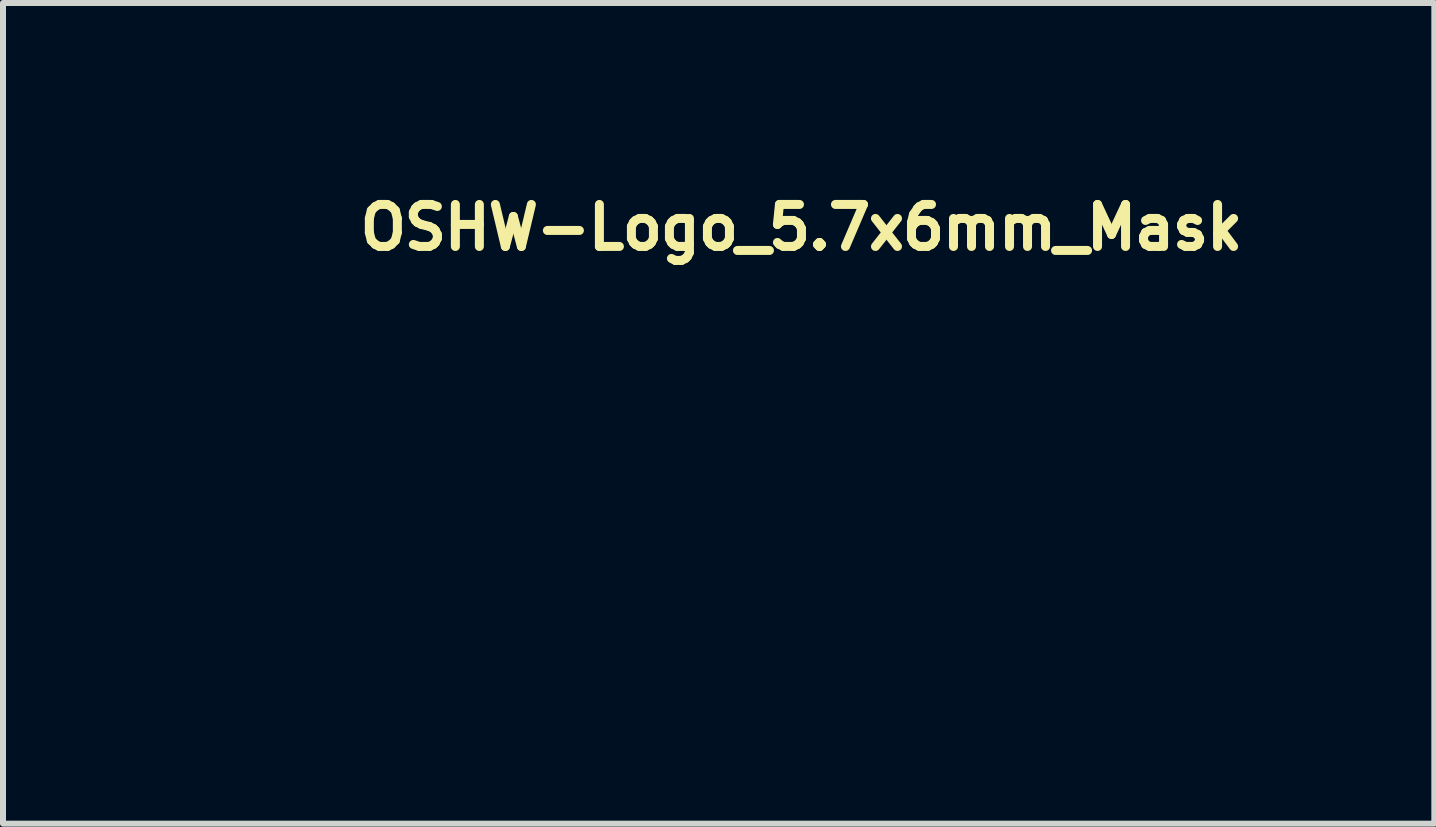
<source format=kicad_pcb>
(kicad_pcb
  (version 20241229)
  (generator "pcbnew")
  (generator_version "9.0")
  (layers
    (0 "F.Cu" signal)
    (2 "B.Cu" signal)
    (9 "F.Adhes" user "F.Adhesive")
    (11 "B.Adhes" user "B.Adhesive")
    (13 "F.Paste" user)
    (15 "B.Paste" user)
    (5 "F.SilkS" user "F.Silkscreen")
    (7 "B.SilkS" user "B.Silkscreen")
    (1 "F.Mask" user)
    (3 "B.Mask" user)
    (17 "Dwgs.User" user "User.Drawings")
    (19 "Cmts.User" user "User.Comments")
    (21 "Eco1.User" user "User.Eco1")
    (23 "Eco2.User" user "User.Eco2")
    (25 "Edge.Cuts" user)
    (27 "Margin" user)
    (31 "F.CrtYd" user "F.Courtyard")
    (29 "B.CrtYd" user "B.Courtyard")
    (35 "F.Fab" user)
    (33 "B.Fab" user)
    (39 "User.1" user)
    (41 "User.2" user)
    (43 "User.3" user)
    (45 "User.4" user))
  (footprint "OSHW-Logo_5.7x6mm_Mask"
    (layer "F.Cu")
    (at 2.872 4.65)
    (property "Reference" "OSHW-Logo_5.7x6mm_Mask" (at 0 -3.5 0) (layer "F.SilkS") (effects (font (size 0.7 0.7) (thickness 0.15)) (justify left bottom)))
    (attr exclude_from_pos_files exclude_from_bom)
    (fp_poly (pts (xy 1.799 1.458) (xy 1.842 1.471) (xy 1.87 1.487) (xy 1.879 1.501) (xy 1.877 1.516) (xy 1.86 1.541) (xy 1.847 1.558) (xy 1.818 1.59) (xy 1.797 1.603) (xy 1.779 1.602) (xy 1.726 1.589) (xy 1.686 1.589) (xy 1.654 1.605) (xy 1.643 1.614) (xy 1.609 1.646) (xy 1.609 2.062) (xy 1.471 2.062) (xy 1.471 1.458) (xy 1.54 1.458) (xy 1.581 1.46) (xy 1.603 1.466) (xy 1.609 1.477) (xy 1.612 1.489) (xy 1.625 1.488) (xy 1.644 1.479) (xy 1.682 1.463) (xy 1.712 1.453) (xy 1.752 1.451) (xy 1.799 1.458)) (stroke (width 0.01) (type solid)) (fill yes) (layer "F.Mask"))
    (fp_poly (pts (xy 1.635 2.401) (xy 1.683 2.411) (xy 1.711 2.425) (xy 1.74 2.448) (xy 1.698 2.5) (xy 1.673 2.532) (xy 1.656 2.547) (xy 1.639 2.549) (xy 1.614 2.542) (xy 1.602 2.537) (xy 1.554 2.531) (xy 1.51 2.545) (xy 1.478 2.575) (xy 1.472 2.585) (xy 1.467 2.611) (xy 1.462 2.658) (xy 1.459 2.724) (xy 1.458 2.805) (xy 1.458 2.817) (xy 1.458 3.017) (xy 1.32 3.017) (xy 1.32 2.401) (xy 1.389 2.401) (xy 1.429 2.402) (xy 1.45 2.407) (xy 1.457 2.417) (xy 1.458 2.427) (xy 1.458 2.453) (xy 1.491 2.427) (xy 1.529 2.409) (xy 1.58 2.401) (xy 1.635 2.401)) (stroke (width 0.01) (type solid)) (fill yes) (layer "F.Mask"))
    (fp_poly (pts (xy -0.994 2.403) (xy -0.975 2.408) (xy -0.969 2.421) (xy -0.969 2.426) (xy -0.968 2.442) (xy -0.96 2.444) (xy -0.94 2.433) (xy -0.928 2.426) (xy -0.89 2.411) (xy -0.845 2.403) (xy -0.797 2.402) (xy -0.752 2.408) (xy -0.716 2.419) (xy -0.693 2.436) (xy -0.688 2.456) (xy -0.691 2.461) (xy -0.708 2.484) (xy -0.733 2.512) (xy -0.738 2.517) (xy -0.763 2.538) (xy -0.784 2.544) (xy -0.814 2.54) (xy -0.826 2.536) (xy -0.863 2.529) (xy -0.889 2.532) (xy -0.911 2.544) (xy -0.932 2.56) (xy -0.947 2.58) (xy -0.957 2.608) (xy -0.964 2.648) (xy -0.967 2.703) (xy -0.969 2.778) (xy -0.969 2.823) (xy -0.969 3.017) (xy -1.094 3.017) (xy -1.094 2.401) (xy -1.032 2.401) (xy -0.994 2.403)) (stroke (width 0.01) (type solid)) (fill yes) (layer "F.Mask"))
    (fp_poly (pts (xy 0.993 1.654) (xy 0.994 1.746) (xy 0.998 1.816) (xy 1.007 1.867) (xy 1.021 1.901) (xy 1.042 1.922) (xy 1.071 1.933) (xy 1.106 1.935) (xy 1.143 1.932) (xy 1.171 1.921) (xy 1.192 1.9) (xy 1.206 1.865) (xy 1.214 1.813) (xy 1.218 1.742) (xy 1.219 1.654) (xy 1.219 1.458) (xy 1.358 1.458) (xy 1.358 2.062) (xy 1.288 2.062) (xy 1.247 2.06) (xy 1.225 2.054) (xy 1.219 2.043) (xy 1.216 2.033) (xy 1.201 2.035) (xy 1.172 2.049) (xy 1.106 2.071) (xy 1.035 2.069) (xy 0.968 2.046) (xy 0.936 2.027) (xy 0.911 2.007) (xy 0.893 1.981) (xy 0.881 1.947) (xy 0.873 1.901) (xy 0.869 1.839) (xy 0.867 1.757) (xy 0.867 1.694) (xy 0.867 1.458) (xy 0.993 1.458) (xy 0.993 1.654)) (stroke (width 0.01) (type solid)) (fill yes) (layer "F.Mask"))
    (fp_poly (pts (xy -0.755 1.469) (xy -0.723 1.483) (xy -0.693 1.505) (xy -0.67 1.53) (xy -0.653 1.562) (xy -0.642 1.604) (xy -0.634 1.66) (xy -0.631 1.734) (xy -0.63 1.829) (xy -0.629 1.838) (xy -0.629 2.062) (xy -0.768 2.062) (xy -0.768 1.856) (xy -0.768 1.78) (xy -0.768 1.724) (xy -0.77 1.686) (xy -0.774 1.66) (xy -0.78 1.643) (xy -0.788 1.63) (xy -0.801 1.617) (xy -0.844 1.589) (xy -0.89 1.584) (xy -0.935 1.602) (xy -0.95 1.615) (xy -0.962 1.627) (xy -0.97 1.64) (xy -0.975 1.658) (xy -0.979 1.685) (xy -0.981 1.726) (xy -0.981 1.783) (xy -0.981 1.854) (xy -0.981 2.062) (xy -1.12 2.062) (xy -1.12 1.458) (xy -1.05 1.458) (xy -1.009 1.46) (xy -0.988 1.466) (xy -0.981 1.477) (xy -0.978 1.488) (xy -0.966 1.487) (xy -0.94 1.475) (xy -0.883 1.457) (xy -0.818 1.455) (xy -0.755 1.469)) (stroke (width 0.01) (type solid)) (fill yes) (layer "F.Mask"))
    (fp_poly (pts (xy 2.217 1.463) (xy 2.29 1.494) (xy 2.313 1.509) (xy 2.342 1.533) (xy 2.36 1.551) (xy 2.363 1.557) (xy 2.354 1.57) (xy 2.331 1.592) (xy 2.313 1.608) (xy 2.262 1.648) (xy 2.222 1.615) (xy 2.191 1.593) (xy 2.161 1.586) (xy 2.127 1.587) (xy 2.072 1.601) (xy 2.034 1.629) (xy 2.011 1.675) (xy 2.001 1.741) (xy 2.002 1.814) (xy 2.016 1.868) (xy 2.044 1.905) (xy 2.063 1.918) (xy 2.113 1.933) (xy 2.167 1.933) (xy 2.214 1.918) (xy 2.225 1.911) (xy 2.253 1.892) (xy 2.275 1.889) (xy 2.298 1.903) (xy 2.324 1.928) (xy 2.365 1.97) (xy 2.32 2.008) (xy 2.249 2.05) (xy 2.17 2.071) (xy 2.087 2.07) (xy 2.032 2.056) (xy 1.968 2.022) (xy 1.918 1.968) (xy 1.894 1.93) (xy 1.876 1.875) (xy 1.866 1.806) (xy 1.866 1.731) (xy 1.875 1.659) (xy 1.894 1.599) (xy 1.897 1.592) (xy 1.939 1.532) (xy 1.997 1.488) (xy 2.066 1.461) (xy 2.141 1.453) (xy 2.217 1.463)) (stroke (width 0.01) (type solid)) (fill yes) (layer "F.Mask"))
    (fp_poly (pts (xy 0.61 1.466) (xy 0.674 1.5) (xy 0.724 1.555) (xy 0.747 1.599) (xy 0.757 1.639) (xy 0.764 1.695) (xy 0.766 1.759) (xy 0.765 1.824) (xy 0.76 1.881) (xy 0.754 1.911) (xy 0.734 1.953) (xy 0.698 1.997) (xy 0.655 2.036) (xy 0.613 2.061) (xy 0.612 2.061) (xy 0.559 2.072) (xy 0.497 2.072) (xy 0.437 2.062) (xy 0.415 2.054) (xy 0.356 2.021) (xy 0.313 1.977) (xy 0.286 1.919) (xy 0.27 1.843) (xy 0.267 1.803) (xy 0.267 1.753) (xy 0.402 1.753) (xy 0.406 1.826) (xy 0.419 1.882) (xy 0.44 1.917) (xy 0.455 1.928) (xy 0.493 1.935) (xy 0.538 1.933) (xy 0.577 1.922) (xy 0.587 1.917) (xy 0.614 1.884) (xy 0.632 1.834) (xy 0.64 1.773) (xy 0.636 1.708) (xy 0.628 1.669) (xy 0.604 1.623) (xy 0.566 1.595) (xy 0.521 1.585) (xy 0.475 1.595) (xy 0.439 1.621) (xy 0.42 1.641) (xy 0.409 1.662) (xy 0.404 1.69) (xy 0.402 1.732) (xy 0.402 1.753) (xy 0.267 1.753) (xy 0.268 1.697) (xy 0.285 1.61) (xy 0.319 1.542) (xy 0.369 1.493) (xy 0.435 1.463) (xy 0.449 1.46) (xy 0.535 1.452) (xy 0.61 1.466)) (stroke (width 0.01) (type solid)) (fill yes) (layer "F.Mask"))
    (fp_poly (pts (xy 0.281 2.404) (xy 0.331 2.407) (xy 0.461 2.797) (xy 0.481 2.728) (xy 0.493 2.685) (xy 0.51 2.628) (xy 0.527 2.564) (xy 0.536 2.53) (xy 0.571 2.401) (xy 0.714 2.401) (xy 0.671 2.536) (xy 0.65 2.603) (xy 0.625 2.683) (xy 0.598 2.767) (xy 0.574 2.841) (xy 0.52 3.011) (xy 0.462 3.015) (xy 0.404 3.019) (xy 0.372 2.914) (xy 0.353 2.849) (xy 0.331 2.778) (xy 0.313 2.715) (xy 0.312 2.712) (xy 0.298 2.669) (xy 0.286 2.64) (xy 0.277 2.629) (xy 0.276 2.631) (xy 0.269 2.648) (xy 0.258 2.684) (xy 0.242 2.736) (xy 0.223 2.798) (xy 0.213 2.832) (xy 0.159 3.017) (xy 0.043 3.017) (xy -0.05 2.725) (xy -0.076 2.643) (xy -0.099 2.568) (xy -0.12 2.505) (xy -0.135 2.456) (xy -0.145 2.425) (xy -0.148 2.416) (xy -0.146 2.407) (xy -0.127 2.403) (xy -0.088 2.403) (xy -0.082 2.404) (xy -0.008 2.407) (xy 0.039 2.584) (xy 0.057 2.648) (xy 0.073 2.704) (xy 0.085 2.748) (xy 0.093 2.774) (xy 0.095 2.778) (xy 0.101 2.773) (xy 0.113 2.748) (xy 0.129 2.705) (xy 0.15 2.649) (xy 0.167 2.599) (xy 0.231 2.4) (xy 0.281 2.404)) (stroke (width 0.01) (type solid)) (fill yes) (layer "F.Mask"))
    (fp_poly (pts (xy -2.539 1.465) (xy -2.473 1.494) (xy -2.423 1.542) (xy -2.389 1.61) (xy -2.37 1.698) (xy -2.369 1.712) (xy -2.368 1.808) (xy -2.381 1.893) (xy -2.409 1.962) (xy -2.423 1.984) (xy -2.474 2.031) (xy -2.538 2.061) (xy -2.61 2.073) (xy -2.684 2.067) (xy -2.74 2.047) (xy -2.788 2.014) (xy -2.827 1.971) (xy -2.828 1.97) (xy -2.844 1.943) (xy -2.854 1.916) (xy -2.86 1.882) (xy -2.864 1.834) (xy -2.865 1.794) (xy -2.866 1.759) (xy -2.74 1.759) (xy -2.739 1.794) (xy -2.735 1.842) (xy -2.727 1.872) (xy -2.713 1.894) (xy -2.699 1.906) (xy -2.652 1.933) (xy -2.603 1.936) (xy -2.557 1.917) (xy -2.534 1.896) (xy -2.518 1.874) (xy -2.508 1.854) (xy -2.504 1.827) (xy -2.503 1.787) (xy -2.505 1.75) (xy -2.508 1.697) (xy -2.512 1.663) (xy -2.52 1.641) (xy -2.534 1.624) (xy -2.544 1.614) (xy -2.589 1.589) (xy -2.638 1.587) (xy -2.678 1.602) (xy -2.713 1.634) (xy -2.734 1.686) (xy -2.74 1.759) (xy -2.866 1.759) (xy -2.867 1.716) (xy -2.864 1.658) (xy -2.857 1.614) (xy -2.843 1.579) (xy -2.822 1.548) (xy -2.815 1.539) (xy -2.766 1.494) (xy -2.715 1.467) (xy -2.651 1.456) (xy -2.62 1.455) (xy -2.539 1.465)) (stroke (width 0.01) (type solid)) (fill yes) (layer "F.Mask"))
    (fp_poly (pts (xy -0.202 3.017) (xy -0.271 3.017) (xy -0.311 3.016) (xy -0.332 3.011) (xy -0.339 3.001) (xy -0.34 2.994) (xy -0.341 2.979) (xy -0.349 2.976) (xy -0.37 2.985) (xy -0.387 2.994) (xy -0.449 3.013) (xy -0.518 3.014) (xy -0.573 3) (xy -0.625 2.964) (xy -0.664 2.912) (xy -0.686 2.851) (xy -0.686 2.848) (xy -0.69 2.81) (xy -0.691 2.756) (xy -0.691 2.716) (xy -0.554 2.716) (xy -0.551 2.77) (xy -0.543 2.814) (xy -0.534 2.839) (xy -0.496 2.874) (xy -0.452 2.886) (xy -0.407 2.876) (xy -0.368 2.846) (xy -0.354 2.826) (xy -0.345 2.803) (xy -0.341 2.768) (xy -0.34 2.715) (xy -0.342 2.664) (xy -0.346 2.618) (xy -0.353 2.588) (xy -0.354 2.585) (xy -0.381 2.552) (xy -0.42 2.535) (xy -0.464 2.532) (xy -0.505 2.544) (xy -0.535 2.572) (xy -0.538 2.578) (xy -0.547 2.612) (xy -0.553 2.66) (xy -0.554 2.716) (xy -0.691 2.716) (xy -0.691 2.695) (xy -0.69 2.662) (xy -0.684 2.58) (xy -0.671 2.519) (xy -0.65 2.474) (xy -0.618 2.44) (xy -0.588 2.421) (xy -0.545 2.407) (xy -0.492 2.402) (xy -0.437 2.406) (xy -0.39 2.418) (xy -0.366 2.432) (xy -0.34 2.455) (xy -0.34 2.162) (xy -0.202 2.162) (xy -0.202 3.017)) (stroke (width 0.01) (type solid)) (fill yes) (layer "F.Mask"))
    (fp_poly (pts (xy 2.677 1.456) (xy 2.71 1.464) (xy 2.771 1.492) (xy 2.824 1.536) (xy 2.861 1.589) (xy 2.866 1.6) (xy 2.873 1.631) (xy 2.877 1.677) (xy 2.879 1.723) (xy 2.879 1.81) (xy 2.697 1.81) (xy 2.621 1.81) (xy 2.569 1.812) (xy 2.535 1.817) (xy 2.518 1.825) (xy 2.514 1.839) (xy 2.52 1.86) (xy 2.532 1.884) (xy 2.566 1.924) (xy 2.612 1.944) (xy 2.668 1.943) (xy 2.733 1.922) (xy 2.788 1.895) (xy 2.834 1.931) (xy 2.88 1.967) (xy 2.837 2.007) (xy 2.779 2.045) (xy 2.708 2.068) (xy 2.632 2.074) (xy 2.558 2.063) (xy 2.546 2.059) (xy 2.481 2.025) (xy 2.433 1.974) (xy 2.4 1.906) (xy 2.382 1.818) (xy 2.382 1.816) (xy 2.38 1.719) (xy 2.387 1.685) (xy 2.514 1.685) (xy 2.526 1.69) (xy 2.558 1.694) (xy 2.605 1.697) (xy 2.635 1.697) (xy 2.69 1.697) (xy 2.725 1.695) (xy 2.743 1.692) (xy 2.749 1.685) (xy 2.748 1.673) (xy 2.746 1.669) (xy 2.724 1.627) (xy 2.689 1.593) (xy 2.657 1.578) (xy 2.616 1.579) (xy 2.574 1.598) (xy 2.539 1.628) (xy 2.517 1.666) (xy 2.514 1.685) (xy 2.387 1.685) (xy 2.396 1.635) (xy 2.428 1.564) (xy 2.474 1.508) (xy 2.532 1.471) (xy 2.601 1.452) (xy 2.677 1.456)) (stroke (width 0.01) (type solid)) (fill yes) (layer "F.Mask"))
    (fp_poly (pts (xy 0.014 1.456) (xy 0.061 1.465) (xy 0.111 1.484) (xy 0.116 1.486) (xy 0.153 1.506) (xy 0.179 1.524) (xy 0.188 1.536) (xy 0.18 1.555) (xy 0.16 1.583) (xy 0.152 1.594) (xy 0.116 1.635) (xy 0.07 1.608) (xy 0.027 1.59) (xy -0.023 1.581) (xy -0.072 1.58) (xy -0.109 1.589) (xy -0.118 1.595) (xy -0.135 1.621) (xy -0.137 1.65) (xy -0.124 1.674) (xy -0.117 1.678) (xy -0.094 1.684) (xy -0.054 1.69) (xy -0.005 1.697) (xy 0.004 1.698) (xy 0.082 1.711) (xy 0.14 1.734) (xy 0.178 1.769) (xy 0.199 1.818) (xy 0.205 1.877) (xy 0.196 1.945) (xy 0.167 1.998) (xy 0.117 2.036) (xy 0.046 2.061) (xy -0.032 2.07) (xy -0.096 2.07) (xy -0.147 2.061) (xy -0.183 2.049) (xy -0.227 2.028) (xy -0.269 2.004) (xy -0.283 1.993) (xy -0.321 1.963) (xy -0.276 1.917) (xy -0.23 1.871) (xy -0.178 1.905) (xy -0.127 1.93) (xy -0.071 1.944) (xy -0.018 1.945) (xy 0.028 1.935) (xy 0.06 1.913) (xy 0.07 1.894) (xy 0.068 1.865) (xy 0.043 1.842) (xy -0.007 1.826) (xy -0.061 1.819) (xy -0.145 1.805) (xy -0.207 1.779) (xy -0.249 1.74) (xy -0.271 1.687) (xy -0.274 1.625) (xy -0.259 1.559) (xy -0.225 1.51) (xy -0.172 1.476) (xy -0.099 1.458) (xy -0.046 1.454) (xy 0.014 1.456)) (stroke (width 0.01) (type solid)) (fill yes) (layer "F.Mask"))
    (fp_poly (pts (xy 2.032 2.404) (xy 2.092 2.42) (xy 2.143 2.452) (xy 2.167 2.476) (xy 2.207 2.533) (xy 2.23 2.599) (xy 2.238 2.681) (xy 2.238 2.687) (xy 2.238 2.753) (xy 1.858 2.753) (xy 1.866 2.788) (xy 1.88 2.819) (xy 1.906 2.852) (xy 1.911 2.857) (xy 1.957 2.885) (xy 2.01 2.89) (xy 2.07 2.871) (xy 2.081 2.866) (xy 2.112 2.851) (xy 2.133 2.843) (xy 2.137 2.842) (xy 2.149 2.85) (xy 2.174 2.869) (xy 2.186 2.879) (xy 2.212 2.903) (xy 2.22 2.919) (xy 2.215 2.933) (xy 2.211 2.937) (xy 2.19 2.954) (xy 2.155 2.975) (xy 2.131 2.988) (xy 2.062 3.009) (xy 1.985 3.016) (xy 1.912 3.008) (xy 1.892 3.002) (xy 1.829 2.968) (xy 1.782 2.917) (xy 1.752 2.846) (xy 1.737 2.756) (xy 1.735 2.709) (xy 1.74 2.641) (xy 1.86 2.641) (xy 1.872 2.646) (xy 1.903 2.65) (xy 1.949 2.652) (xy 1.98 2.653) (xy 2.035 2.652) (xy 2.071 2.65) (xy 2.09 2.646) (xy 2.098 2.639) (xy 2.099 2.628) (xy 2.089 2.594) (xy 2.061 2.56) (xy 2.026 2.535) (xy 1.99 2.524) (xy 1.942 2.534) (xy 1.9 2.561) (xy 1.87 2.599) (xy 1.86 2.641) (xy 1.74 2.641) (xy 1.742 2.61) (xy 1.764 2.53) (xy 1.8 2.471) (xy 1.852 2.43) (xy 1.919 2.408) (xy 1.956 2.403) (xy 2.032 2.404)) (stroke (width 0.01) (type solid)) (fill yes) (layer "F.Mask"))
    (fp_poly (pts (xy -1.357 1.472) (xy -1.345 1.478) (xy -1.301 1.51) (xy -1.26 1.556) (xy -1.23 1.607) (xy -1.221 1.631) (xy -1.213 1.673) (xy -1.208 1.723) (xy -1.208 1.744) (xy -1.208 1.81) (xy -1.588 1.81) (xy -1.579 1.845) (xy -1.56 1.886) (xy -1.525 1.921) (xy -1.483 1.944) (xy -1.457 1.949) (xy -1.421 1.943) (xy -1.379 1.928) (xy -1.364 1.922) (xy -1.311 1.895) (xy -1.265 1.93) (xy -1.239 1.953) (xy -1.225 1.973) (xy -1.224 1.979) (xy -1.236 1.992) (xy -1.264 2.014) (xy -1.289 2.03) (xy -1.356 2.059) (xy -1.432 2.073) (xy -1.506 2.069) (xy -1.566 2.051) (xy -1.627 2.012) (xy -1.671 1.961) (xy -1.698 1.895) (xy -1.711 1.811) (xy -1.712 1.772) (xy -1.708 1.684) (xy -1.707 1.682) (xy -1.581 1.682) (xy -1.578 1.69) (xy -1.563 1.695) (xy -1.534 1.697) (xy -1.485 1.697) (xy -1.466 1.697) (xy -1.409 1.696) (xy -1.373 1.694) (xy -1.353 1.689) (xy -1.346 1.681) (xy -1.346 1.678) (xy -1.354 1.658) (xy -1.374 1.629) (xy -1.382 1.619) (xy -1.414 1.591) (xy -1.446 1.58) (xy -1.464 1.579) (xy -1.512 1.59) (xy -1.552 1.622) (xy -1.578 1.667) (xy -1.578 1.669) (xy -1.581 1.682) (xy -1.707 1.682) (xy -1.693 1.615) (xy -1.667 1.56) (xy -1.634 1.52) (xy -1.575 1.477) (xy -1.505 1.455) (xy -1.43 1.453) (xy -1.357 1.472)) (stroke (width 0.01) (type solid)) (fill yes) (layer "F.Mask"))
    (fp_poly (pts (xy 1.038 2.405) (xy 1.091 2.418) (xy 1.106 2.425) (xy 1.136 2.442) (xy 1.159 2.463) (xy 1.176 2.488) (xy 1.187 2.524) (xy 1.195 2.571) (xy 1.2 2.635) (xy 1.203 2.719) (xy 1.204 2.775) (xy 1.209 3.017) (xy 1.138 3.017) (xy 1.096 3.016) (xy 1.074 3.009) (xy 1.068 2.999) (xy 1.065 2.988) (xy 1.052 2.99) (xy 1.034 2.999) (xy 0.988 3.013) (xy 0.93 3.016) (xy 0.868 3.01) (xy 0.813 2.995) (xy 0.808 2.993) (xy 0.758 2.958) (xy 0.725 2.909) (xy 0.71 2.852) (xy 0.711 2.831) (xy 0.835 2.831) (xy 0.846 2.859) (xy 0.878 2.879) (xy 0.93 2.889) (xy 0.958 2.891) (xy 1.005 2.887) (xy 1.036 2.873) (xy 1.043 2.866) (xy 1.064 2.83) (xy 1.068 2.797) (xy 1.068 2.753) (xy 1.007 2.753) (xy 0.936 2.757) (xy 0.886 2.768) (xy 0.854 2.788) (xy 0.847 2.797) (xy 0.835 2.831) (xy 0.711 2.831) (xy 0.713 2.792) (xy 0.736 2.735) (xy 0.767 2.696) (xy 0.786 2.679) (xy 0.804 2.668) (xy 0.828 2.662) (xy 0.863 2.658) (xy 0.916 2.655) (xy 0.937 2.655) (xy 1.068 2.65) (xy 1.068 2.611) (xy 1.063 2.569) (xy 1.045 2.544) (xy 1.008 2.528) (xy 1.007 2.527) (xy 0.954 2.521) (xy 0.902 2.529) (xy 0.864 2.549) (xy 0.849 2.559) (xy 0.832 2.558) (xy 0.807 2.543) (xy 0.792 2.533) (xy 0.763 2.512) (xy 0.744 2.495) (xy 0.742 2.491) (xy 0.754 2.467) (xy 0.789 2.438) (xy 0.804 2.428) (xy 0.848 2.411) (xy 0.908 2.402) (xy 0.974 2.4) (xy 1.038 2.405)) (stroke (width 0.01) (type solid)) (fill yes) (layer "F.Mask"))
    (fp_poly (pts (xy -1.385 2.406) (xy -1.326 2.422) (xy -1.281 2.45) (xy -1.249 2.488) (xy -1.239 2.504) (xy -1.232 2.521) (xy -1.226 2.542) (xy -1.223 2.572) (xy -1.221 2.615) (xy -1.22 2.674) (xy -1.22 2.753) (xy -1.22 2.774) (xy -1.22 3.017) (xy -1.281 3.017) (xy -1.319 3.015) (xy -1.348 3.008) (xy -1.355 3.004) (xy -1.374 2.996) (xy -1.394 3.004) (xy -1.427 3.013) (xy -1.474 3.016) (xy -1.527 3.015) (xy -1.576 3.008) (xy -1.604 3) (xy -1.658 2.965) (xy -1.692 2.916) (xy -1.708 2.851) (xy -1.708 2.85) (xy -1.706 2.821) (xy -1.585 2.821) (xy -1.574 2.854) (xy -1.557 2.872) (xy -1.522 2.886) (xy -1.476 2.891) (xy -1.429 2.889) (xy -1.392 2.878) (xy -1.382 2.871) (xy -1.363 2.838) (xy -1.359 2.802) (xy -1.359 2.753) (xy -1.428 2.753) (xy -1.494 2.758) (xy -1.544 2.773) (xy -1.575 2.795) (xy -1.585 2.821) (xy -1.706 2.821) (xy -1.704 2.779) (xy -1.681 2.723) (xy -1.637 2.681) (xy -1.631 2.677) (xy -1.605 2.665) (xy -1.573 2.657) (xy -1.528 2.654) (xy -1.475 2.653) (xy -1.359 2.653) (xy -1.359 2.604) (xy -1.363 2.566) (xy -1.376 2.541) (xy -1.378 2.539) (xy -1.406 2.528) (xy -1.448 2.524) (xy -1.495 2.526) (xy -1.536 2.534) (xy -1.56 2.546) (xy -1.574 2.556) (xy -1.588 2.558) (xy -1.607 2.55) (xy -1.636 2.53) (xy -1.68 2.497) (xy -1.684 2.493) (xy -1.682 2.482) (xy -1.665 2.462) (xy -1.639 2.441) (xy -1.61 2.423) (xy -1.601 2.418) (xy -1.568 2.41) (xy -1.519 2.404) (xy -1.465 2.401) (xy -1.463 2.401) (xy -1.385 2.406)) (stroke (width 0.01) (type solid)) (fill yes) (layer "F.Mask"))
    (fp_poly (pts (xy -1.909 1.469) (xy -1.883 1.482) (xy -1.85 1.505) (xy -1.826 1.529) (xy -1.81 1.561) (xy -1.8 1.603) (xy -1.794 1.66) (xy -1.792 1.736) (xy -1.792 1.768) (xy -1.793 1.84) (xy -1.794 1.891) (xy -1.797 1.927) (xy -1.802 1.951) (xy -1.81 1.969) (xy -1.818 1.981) (xy -1.871 2.033) (xy -1.932 2.065) (xy -1.999 2.074) (xy -2.066 2.06) (xy -2.087 2.051) (xy -2.138 2.024) (xy -2.138 2.44) (xy -2.101 2.42) (xy -2.052 2.406) (xy -1.992 2.402) (xy -1.932 2.409) (xy -1.887 2.425) (xy -1.849 2.455) (xy -1.817 2.498) (xy -1.815 2.502) (xy -1.804 2.523) (xy -1.797 2.544) (xy -1.792 2.569) (xy -1.789 2.603) (xy -1.787 2.65) (xy -1.786 2.714) (xy -1.786 2.787) (xy -1.786 3.017) (xy -1.924 3.017) (xy -1.924 2.592) (xy -1.963 2.559) (xy -2.003 2.533) (xy -2.041 2.529) (xy -2.08 2.541) (xy -2.1 2.553) (xy -2.115 2.57) (xy -2.126 2.595) (xy -2.133 2.633) (xy -2.138 2.687) (xy -2.14 2.761) (xy -2.141 2.81) (xy -2.144 3.011) (xy -2.21 3.015) (xy -2.276 3.019) (xy -2.276 1.77) (xy -2.138 1.77) (xy -2.135 1.84) (xy -2.123 1.888) (xy -2.101 1.918) (xy -2.066 1.933) (xy -2.031 1.936) (xy -1.992 1.933) (xy -1.966 1.919) (xy -1.949 1.901) (xy -1.936 1.882) (xy -1.929 1.861) (xy -1.925 1.831) (xy -1.925 1.787) (xy -1.926 1.749) (xy -1.929 1.693) (xy -1.933 1.656) (xy -1.94 1.633) (xy -1.95 1.617) (xy -1.96 1.608) (xy -2.002 1.588) (xy -2.052 1.585) (xy -2.081 1.592) (xy -2.109 1.616) (xy -2.128 1.663) (xy -2.137 1.733) (xy -2.138 1.77) (xy -2.276 1.77) (xy -2.276 1.458) (xy -2.207 1.458) (xy -2.166 1.46) (xy -2.144 1.466) (xy -2.138 1.477) (xy -2.135 1.488) (xy -2.123 1.487) (xy -2.097 1.475) (xy -2.038 1.456) (xy -1.972 1.454) (xy -1.909 1.469)) (stroke (width 0.01) (type solid)) (fill yes) (layer "F.Mask"))
    (fp_poly (pts (xy 0.376 -2.71) (xy 0.433 -2.409) (xy 0.853 -2.236) (xy 1.104 -2.407) (xy 1.175 -2.455) (xy 1.239 -2.497) (xy 1.293 -2.533) (xy 1.334 -2.559) (xy 1.359 -2.575) (xy 1.366 -2.578) (xy 1.379 -2.57) (xy 1.406 -2.546) (xy 1.444 -2.51) (xy 1.49 -2.464) (xy 1.542 -2.413) (xy 1.595 -2.359) (xy 1.648 -2.304) (xy 1.698 -2.253) (xy 1.74 -2.208) (xy 1.773 -2.172) (xy 1.793 -2.148) (xy 1.798 -2.14) (xy 1.791 -2.126) (xy 1.772 -2.093) (xy 1.742 -2.047) (xy 1.704 -1.989) (xy 1.66 -1.924) (xy 1.634 -1.886) (xy 1.587 -1.818) (xy 1.546 -1.756) (xy 1.512 -1.704) (xy 1.487 -1.665) (xy 1.473 -1.642) (xy 1.471 -1.637) (xy 1.475 -1.623) (xy 1.488 -1.59) (xy 1.507 -1.544) (xy 1.531 -1.488) (xy 1.556 -1.428) (xy 1.582 -1.367) (xy 1.606 -1.31) (xy 1.627 -1.263) (xy 1.643 -1.228) (xy 1.651 -1.212) (xy 1.651 -1.211) (xy 1.664 -1.208) (xy 1.698 -1.201) (xy 1.75 -1.191) (xy 1.816 -1.178) (xy 1.892 -1.164) (xy 1.937 -1.156) (xy 2.019 -1.14) (xy 2.092 -1.125) (xy 2.155 -1.112) (xy 2.201 -1.101) (xy 2.229 -1.094) (xy 2.235 -1.091) (xy 2.24 -1.075) (xy 2.244 -1.037) (xy 2.248 -0.984) (xy 2.25 -0.918) (xy 2.251 -0.844) (xy 2.252 -0.768) (xy 2.251 -0.692) (xy 2.249 -0.622) (xy 2.246 -0.561) (xy 2.242 -0.514) (xy 2.237 -0.486) (xy 2.234 -0.481) (xy 2.216 -0.474) (xy 2.179 -0.464) (xy 2.126 -0.452) (xy 2.064 -0.439) (xy 2.042 -0.435) (xy 1.938 -0.416) (xy 1.855 -0.401) (xy 1.791 -0.388) (xy 1.744 -0.378) (xy 1.711 -0.37) (xy 1.689 -0.364) (xy 1.675 -0.358) (xy 1.667 -0.352) (xy 1.666 -0.351) (xy 1.654 -0.332) (xy 1.637 -0.295) (xy 1.616 -0.245) (xy 1.591 -0.185) (xy 1.567 -0.122) (xy 1.543 -0.059) (xy 1.521 0) (xy 1.505 0.05) (xy 1.494 0.086) (xy 1.491 0.103) (xy 1.491 0.104) (xy 1.501 0.118) (xy 1.522 0.15) (xy 1.554 0.196) (xy 1.592 0.253) (xy 1.636 0.317) (xy 1.649 0.335) (xy 1.693 0.401) (xy 1.733 0.462) (xy 1.765 0.513) (xy 1.787 0.551) (xy 1.797 0.573) (xy 1.798 0.576) (xy 1.789 0.59) (xy 1.765 0.619) (xy 1.728 0.658) (xy 1.683 0.705) (xy 1.631 0.757) (xy 1.577 0.811) (xy 1.522 0.864) (xy 1.471 0.913) (xy 1.426 0.954) (xy 1.391 0.985) (xy 1.367 1.003) (xy 1.361 1.005) (xy 1.346 0.999) (xy 1.316 0.98) (xy 1.275 0.954) (xy 1.243 0.932) (xy 1.186 0.893) (xy 1.118 0.847) (xy 1.05 0.8) (xy 1.014 0.776) (xy 0.89 0.692) (xy 0.786 0.748) (xy 0.739 0.773) (xy 0.699 0.792) (xy 0.672 0.803) (xy 0.665 0.804) (xy 0.657 0.793) (xy 0.64 0.761) (xy 0.617 0.712) (xy 0.588 0.649) (xy 0.555 0.573) (xy 0.518 0.489) (xy 0.479 0.399) (xy 0.44 0.306) (xy 0.401 0.213) (xy 0.364 0.123) (xy 0.33 0.038) (xy 0.3 -0.037) (xy 0.276 -0.101) (xy 0.258 -0.15) (xy 0.247 -0.182) (xy 0.246 -0.193) (xy 0.259 -0.207) (xy 0.287 -0.23) (xy 0.325 -0.256) (xy 0.328 -0.258) (xy 0.426 -0.336) (xy 0.504 -0.428) (xy 0.563 -0.529) (xy 0.602 -0.637) (xy 0.62 -0.75) (xy 0.616 -0.864) (xy 0.59 -0.976) (xy 0.541 -1.085) (xy 0.527 -1.108) (xy 0.452 -1.204) (xy 0.363 -1.28) (xy 0.264 -1.338) (xy 0.157 -1.376) (xy 0.046 -1.393) (xy -0.066 -1.391) (xy -0.177 -1.368) (xy -0.283 -1.323) (xy -0.381 -1.257) (xy -0.411 -1.23) (xy -0.488 -1.146) (xy -0.544 -1.058) (xy -0.583 -0.958) (xy -0.604 -0.86) (xy -0.61 -0.75) (xy -0.592 -0.639) (xy -0.553 -0.531) (xy -0.495 -0.43) (xy -0.419 -0.34) (xy -0.327 -0.265) (xy -0.315 -0.257) (xy -0.277 -0.231) (xy -0.248 -0.208) (xy -0.234 -0.193) (xy -0.237 -0.177) (xy -0.249 -0.142) (xy -0.268 -0.09) (xy -0.294 -0.023) (xy -0.325 0.054) (xy -0.36 0.14) (xy -0.397 0.231) (xy -0.436 0.324) (xy -0.476 0.417) (xy -0.514 0.506) (xy -0.55 0.589) (xy -0.582 0.662) (xy -0.61 0.723) (xy -0.632 0.769) (xy -0.647 0.797) (xy -0.653 0.804) (xy -0.672 0.799) (xy -0.706 0.783) (xy -0.75 0.761) (xy -0.775 0.748) (xy -0.879 0.692) (xy -1.002 0.776) (xy -1.065 0.818) (xy -1.134 0.866) (xy -1.199 0.91) (xy -1.232 0.932) (xy -1.277 0.963) (xy -1.316 0.987) (xy -1.342 1.002) (xy -1.351 1.005) (xy -1.364 0.997) (xy -1.391 0.973) (xy -1.432 0.937) (xy -1.482 0.89) (xy -1.539 0.836) (xy -1.576 0.801) (xy -1.639 0.738) (xy -1.694 0.683) (xy -1.738 0.636) (xy -1.769 0.6) (xy -1.785 0.579) (xy -1.786 0.574) (xy -1.779 0.557) (xy -1.76 0.524) (xy -1.731 0.476) (xy -1.693 0.418) (xy -1.65 0.353) (xy -1.637 0.335) (xy -1.592 0.27) (xy -1.552 0.211) (xy -1.518 0.162) (xy -1.494 0.126) (xy -1.481 0.106) (xy -1.48 0.104) (xy -1.482 0.088) (xy -1.492 0.054) (xy -1.508 0.006) (xy -1.529 -0.052) (xy -1.552 -0.115) (xy -1.577 -0.179) (xy -1.602 -0.239) (xy -1.623 -0.29) (xy -1.641 -0.329) (xy -1.653 -0.35) (xy -1.654 -0.351) (xy -1.662 -0.357) (xy -1.674 -0.363) (xy -1.694 -0.369) (xy -1.725 -0.377) (xy -1.769 -0.386) (xy -1.83 -0.398) (xy -1.909 -0.413) (xy -2.009 -0.431) (xy -2.031 -0.435) (xy -2.095 -0.448) (xy -2.152 -0.46) (xy -2.194 -0.471) (xy -2.219 -0.479) (xy -2.223 -0.481) (xy -2.228 -0.497) (xy -2.233 -0.535) (xy -2.236 -0.589) (xy -2.238 -0.655) (xy -2.24 -0.728) (xy -2.24 -0.805) (xy -2.239 -0.881) (xy -2.238 -0.951) (xy -2.235 -1.011) (xy -2.231 -1.058) (xy -2.226 -1.085) (xy -2.223 -1.091) (xy -2.207 -1.097) (xy -2.169 -1.106) (xy -2.114 -1.118) (xy -2.046 -1.132) (xy -1.968 -1.148) (xy -1.925 -1.156) (xy -1.844 -1.171) (xy -1.772 -1.184) (xy -1.713 -1.196) (xy -1.669 -1.205) (xy -1.644 -1.21) (xy -1.64 -1.211) (xy -1.633 -1.225) (xy -1.618 -1.256) (xy -1.598 -1.302) (xy -1.574 -1.358) (xy -1.548 -1.419) (xy -1.523 -1.48) (xy -1.499 -1.536) (xy -1.479 -1.584) (xy -1.465 -1.619) (xy -1.459 -1.636) (xy -1.459 -1.637) (xy -1.466 -1.651) (xy -1.485 -1.682) (xy -1.515 -1.727) (xy -1.553 -1.784) (xy -1.597 -1.849) (xy -1.623 -1.887) (xy -1.669 -1.955) (xy -1.711 -2.018) (xy -1.745 -2.07) (xy -1.77 -2.111) (xy -1.784 -2.135) (xy -1.786 -2.14) (xy -1.778 -2.153) (xy -1.754 -2.18) (xy -1.718 -2.219) (xy -1.674 -2.266) (xy -1.623 -2.318) (xy -1.57 -2.373) (xy -1.516 -2.427) (xy -1.466 -2.477) (xy -1.421 -2.52) (xy -1.386 -2.553) (xy -1.362 -2.573) (xy -1.355 -2.578) (xy -1.342 -2.571) (xy -1.311 -2.552) (xy -1.266 -2.523) (xy -1.209 -2.485) (xy -1.143 -2.441) (xy -1.093 -2.407) (xy -0.841 -2.236) (xy -0.632 -2.322) (xy -0.422 -2.409) (xy -0.365 -2.71) (xy -0.308 -3.012) (xy 0.32 -3.012) (xy 0.376 -2.71)) (stroke (width 0.01) (type solid)) (fill yes) (layer "F.Mask")))
  (gr_rect
    (start -3 -3)
    (end 20.849 10.674)
    (stroke (width 0.1) (type default))
    (fill no)
    (layer "Edge.Cuts")))
</source>
